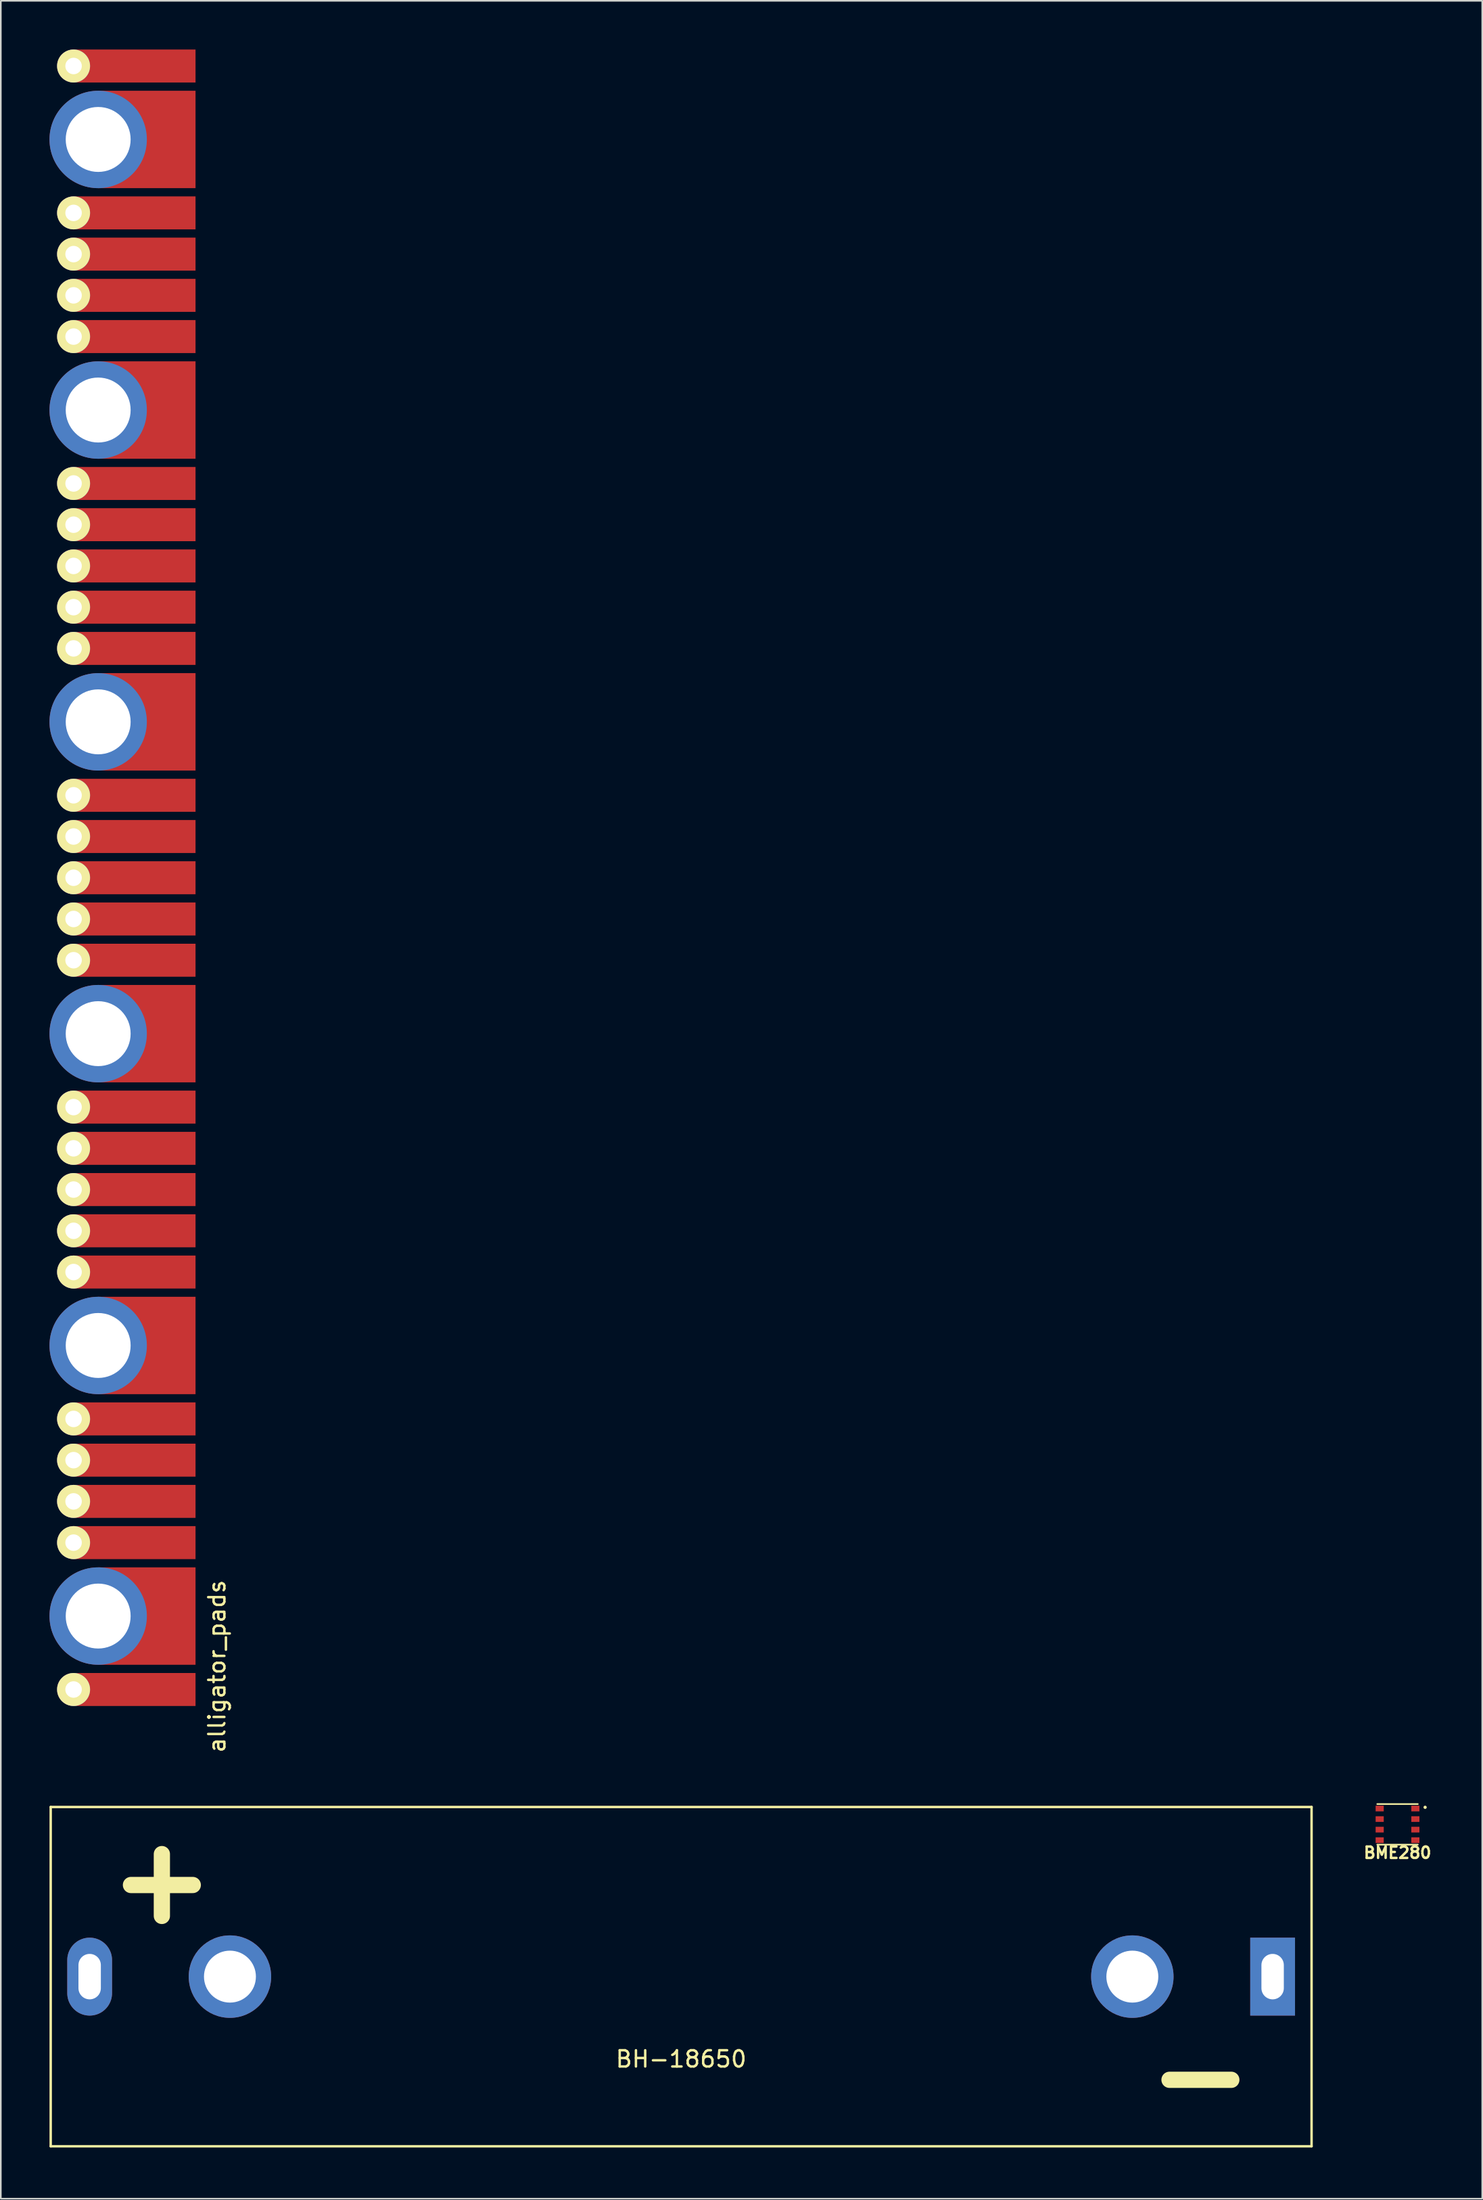
<source format=kicad_pcb>
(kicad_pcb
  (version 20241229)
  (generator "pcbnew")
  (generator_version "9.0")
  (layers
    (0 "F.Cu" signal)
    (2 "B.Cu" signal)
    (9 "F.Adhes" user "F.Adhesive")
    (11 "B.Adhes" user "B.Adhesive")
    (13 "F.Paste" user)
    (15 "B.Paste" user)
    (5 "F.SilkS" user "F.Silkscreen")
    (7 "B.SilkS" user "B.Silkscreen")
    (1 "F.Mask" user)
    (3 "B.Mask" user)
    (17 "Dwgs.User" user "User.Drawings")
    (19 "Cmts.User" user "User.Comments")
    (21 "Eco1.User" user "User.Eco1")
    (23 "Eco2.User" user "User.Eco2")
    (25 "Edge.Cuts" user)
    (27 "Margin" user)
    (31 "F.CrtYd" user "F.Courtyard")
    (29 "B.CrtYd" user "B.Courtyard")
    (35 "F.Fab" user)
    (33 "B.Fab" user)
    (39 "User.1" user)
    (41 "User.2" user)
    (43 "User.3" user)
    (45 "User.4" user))
  (footprint "alligator_pads"
    (layer "F.Cu")
    (at 3 5.54)
    (property "Reference" "alligator_pads" (at 7.322 94.056 90) (layer "F.SilkS") (effects (font (size 1 1) (thickness 0.15))))
    (attr through_hole)
    (pad "1" thru_hole circle (at -1.516 -4.524) (size 2.032 2.032) (drill 1.016) (layers "*.Cu" "*.Mask" "F.SilkS"))
    (pad "1" thru_hole circle (at -1.516 4.524) (size 2.032 2.032) (drill 1.016) (layers "*.Cu" "*.Mask" "F.SilkS"))
    (pad "1" thru_hole circle (at 0 0) (size 6 6) (drill 4) (layers "*.Cu" "*.Mask"))
    (pad "1" smd rect (at 2.242 -4.524) (size 7.516 2.032) (layers "F.Cu" "F.Mask" "F.Paste"))
    (pad "1" smd rect (at 2.242 4.524) (size 7.516 2.032) (layers "F.Cu" "F.Mask" "F.Paste"))
    (pad "1" smd rect (at 3 0) (size 6 6) (layers "F.Cu" "F.Mask" "F.Paste"))
    (pad "2" thru_hole circle (at -1.516 7.064) (size 2.032 2.032) (drill 1.016) (layers "*.Cu" "*.Mask" "F.SilkS"))
    (pad "2" smd rect (at 2.242 7.064) (size 7.516 2.032) (layers "F.Cu" "F.Mask" "F.Paste"))
    (pad "3" thru_hole circle (at -1.516 9.604) (size 2.032 2.032) (drill 1.016) (layers "*.Cu" "*.Mask" "F.SilkS"))
    (pad "3" smd rect (at 2.242 9.604) (size 7.516 2.032) (layers "F.Cu" "F.Mask" "F.Paste"))
    (pad "4" thru_hole circle (at -1.516 12.144) (size 2.032 2.032) (drill 1.016) (layers "*.Cu" "*.Mask" "F.SilkS"))
    (pad "4" thru_hole circle (at -1.516 21.192) (size 2.032 2.032) (drill 1.016) (layers "*.Cu" "*.Mask" "F.SilkS"))
    (pad "4" thru_hole circle (at 0 16.668) (size 6 6) (drill 4) (layers "*.Cu" "*.Mask"))
    (pad "4" smd rect (at 2.242 12.144) (size 7.516 2.032) (layers "F.Cu" "F.Mask" "F.Paste"))
    (pad "4" smd rect (at 2.242 21.192) (size 7.516 2.032) (layers "F.Cu" "F.Mask" "F.Paste"))
    (pad "4" smd rect (at 3 16.668) (size 6 6) (layers "F.Cu" "F.Mask" "F.Paste"))
    (pad "5" thru_hole circle (at -1.516 23.732) (size 2.032 2.032) (drill 1.016) (layers "*.Cu" "*.Mask" "F.SilkS"))
    (pad "5" smd rect (at 2.242 23.732) (size 7.516 2.032) (layers "F.Cu" "F.Mask" "F.Paste"))
    (pad "6" thru_hole circle (at -1.516 26.272) (size 2.032 2.032) (drill 1.016) (layers "*.Cu" "*.Mask" "F.SilkS"))
    (pad "6" smd rect (at 2.242 26.272) (size 7.516 2.032) (layers "F.Cu" "F.Mask" "F.Paste"))
    (pad "7" thru_hole circle (at -1.516 28.812) (size 2.032 2.032) (drill 1.016) (layers "*.Cu" "*.Mask" "F.SilkS"))
    (pad "7" thru_hole circle (at -1.516 31.352) (size 2.032 2.032) (drill 1.016) (layers "*.Cu" "*.Mask" "F.SilkS"))
    (pad "7" smd rect (at 2.242 28.812) (size 7.516 2.032) (layers "F.Cu" "F.Mask" "F.Paste"))
    (pad "8" thru_hole circle (at -1.516 40.4) (size 2.032 2.032) (drill 1.016) (layers "*.Cu" "*.Mask" "F.SilkS"))
    (pad "8" thru_hole circle (at -1.516 59.608) (size 2.032 2.032) (drill 1.016) (layers "*.Cu" "*.Mask" "F.SilkS"))
    (pad "8" thru_hole circle (at 0 35.876) (size 6 6) (drill 4) (layers "*.Cu" "*.Mask"))
    (pad "8" smd rect (at 2.242 31.352) (size 7.516 2.032) (layers "F.Cu" "F.Mask" "F.Paste"))
    (pad "8" smd rect (at 2.242 40.4) (size 7.516 2.032) (layers "F.Cu" "F.Mask" "F.Paste"))
    (pad "8" smd rect (at 3 35.876) (size 6 6) (layers "F.Cu" "F.Mask" "F.Paste"))
    (pad "9" thru_hole circle (at -1.516 42.94) (size 2.032 2.032) (drill 1.016) (layers "*.Cu" "*.Mask" "F.SilkS"))
    (pad "9" thru_hole circle (at -1.516 62.148) (size 2.032 2.032) (drill 1.016) (layers "*.Cu" "*.Mask" "F.SilkS"))
    (pad "9" smd rect (at 2.242 42.94) (size 7.516 2.032) (layers "F.Cu" "F.Mask" "F.Paste"))
    (pad "10" thru_hole circle (at -1.516 45.48) (size 2.032 2.032) (drill 1.016) (layers "*.Cu" "*.Mask" "F.SilkS"))
    (pad "10" thru_hole circle (at -1.516 64.688) (size 2.032 2.032) (drill 1.016) (layers "*.Cu" "*.Mask" "F.SilkS"))
    (pad "10" thru_hole circle (at -1.516 78.816) (size 2.032 2.032) (drill 1.016) (layers "*.Cu" "*.Mask" "F.SilkS"))
    (pad "10" smd rect (at 2.242 45.48) (size 7.516 2.032) (layers "F.Cu" "F.Mask" "F.Paste"))
    (pad "11" thru_hole circle (at -1.516 48.02) (size 2.032 2.032) (drill 1.016) (layers "*.Cu" "*.Mask" "F.SilkS"))
    (pad "11" thru_hole circle (at -1.516 67.228) (size 2.032 2.032) (drill 1.016) (layers "*.Cu" "*.Mask" "F.SilkS"))
    (pad "11" thru_hole circle (at -1.516 81.356) (size 2.032 2.032) (drill 1.016) (layers "*.Cu" "*.Mask" "F.SilkS"))
    (pad "11" smd rect (at 2.242 48.02) (size 7.516 2.032) (layers "F.Cu" "F.Mask" "F.Paste"))
    (pad "12" thru_hole circle (at -1.516 50.56) (size 2.032 2.032) (drill 1.016) (layers "*.Cu" "*.Mask" "F.SilkS"))
    (pad "12" thru_hole circle (at -1.516 69.768) (size 2.032 2.032) (drill 1.016) (layers "*.Cu" "*.Mask" "F.SilkS"))
    (pad "12" thru_hole circle (at -1.516 83.896) (size 2.032 2.032) (drill 1.016) (layers "*.Cu" "*.Mask" "F.SilkS"))
    (pad "12" thru_hole circle (at -1.516 86.436) (size 2.032 2.032) (drill 1.016) (layers "*.Cu" "*.Mask" "F.SilkS"))
    (pad "12" thru_hole circle (at -1.516 95.484) (size 2.032 2.032) (drill 1.016) (layers "*.Cu" "*.Mask" "F.SilkS"))
    (pad "12" smd rect (at 2.242 50.56) (size 7.516 2.032) (layers "F.Cu" "F.Mask" "F.Paste"))
    (pad "13" thru_hole circle (at 0 55.084) (size 6 6) (drill 4) (layers "*.Cu" "*.Mask"))
    (pad "13" smd rect (at 3 55.084) (size 6 6) (layers "F.Cu" "F.Mask" "F.Paste"))
    (pad "14" smd rect (at 2.242 59.608) (size 7.516 2.032) (layers "F.Cu" "F.Mask" "F.Paste"))
    (pad "15" smd rect (at 2.242 62.148) (size 7.516 2.032) (layers "F.Cu" "F.Mask" "F.Paste"))
    (pad "16" smd rect (at 2.242 64.688) (size 7.516 2.032) (layers "F.Cu" "F.Mask" "F.Paste"))
    (pad "17" smd rect (at 2.242 67.228) (size 7.516 2.032) (layers "F.Cu" "F.Mask" "F.Paste"))
    (pad "18" smd rect (at 2.242 69.768) (size 7.516 2.032) (layers "F.Cu" "F.Mask" "F.Paste"))
    (pad "19" thru_hole circle (at 0 74.292) (size 6 6) (drill 4) (layers "*.Cu" "*.Mask"))
    (pad "19" smd rect (at 3 74.292) (size 6 6) (layers "F.Cu" "F.Mask" "F.Paste"))
    (pad "20" smd rect (at 2.242 78.816) (size 7.516 2.032) (layers "F.Cu" "F.Mask" "F.Paste"))
    (pad "21" smd rect (at 2.242 81.356) (size 7.516 2.032) (layers "F.Cu" "F.Mask" "F.Paste"))
    (pad "22" smd rect (at 2.242 83.896) (size 7.516 2.032) (layers "F.Cu" "F.Mask" "F.Paste"))
    (pad "23" smd rect (at 2.242 86.436) (size 7.516 2.032) (layers "F.Cu" "F.Mask" "F.Paste"))
    (pad "24" thru_hole circle (at 0 90.96) (size 6 6) (drill 4) (layers "*.Cu" "*.Mask"))
    (pad "24" smd rect (at 3 90.96) (size 6 6) (layers "F.Cu" "F.Mask" "F.Paste"))
    (pad "25" smd rect (at 2.242 95.484) (size 7.516 2.032) (layers "F.Cu" "F.Mask" "F.Paste")))
  (footprint "BH-18650"
    (layer "F.Cu")
    (at 38.925 118.711)
    (property "Reference" "BH-18650" (at 0 5.08 0) (layer "F.SilkS") (effects (font (size 1 1) (thickness 0.15))))
    (attr through_hole)
    (fp_line (start -38.85 -10.45) (end -38.85 10.45) (stroke (width 0.15) (type solid)) (layer "F.SilkS"))
    (fp_line (start -38.85 -10.45) (end 38.85 -10.45) (stroke (width 0.15) (type solid)) (layer "F.SilkS"))
    (fp_line (start 38.85 -10.45) (end 38.85 10.45) (stroke (width 0.15) (type solid)) (layer "F.SilkS"))
    (fp_line (start 38.85 10.45) (end -38.85 10.45) (stroke (width 0.15) (type solid)) (layer "F.SilkS"))
    (fp_text user "-" (at 32 6 0) (layer "F.SilkS") (effects (font (size 5 5) (thickness 1))))
    (fp_text user "+" (at -32 -6 0) (layer "F.SilkS") (effects (font (size 5 5) (thickness 1))))
    (pad "" thru_hole circle (at -27.805 0) (size 5.08 5.08) (drill 3.2) (layers "*.Cu" "*.Mask"))
    (pad "" thru_hole circle (at 27.805 0) (size 5.08 5.08) (drill 3.2) (layers "*.Cu" "*.Mask"))
    (pad "1" thru_hole rect (at 36.45 0) (size 2.76 4.8) (drill oval 1.38 2.8) (layers "*.Cu" "*.Mask"))
    (pad "2" thru_hole oval (at -36.45 0) (size 2.76 4.8) (drill oval 1.38 2.8) (layers "*.Cu" "*.Mask")))
  (footprint "BME280"
    (layer "F.Cu")
    (at 83.072 109.331)
    (property "Reference" "BME280" (at 0 1.75 0) (layer "F.SilkS") (effects (font (size 0.7 0.7) (thickness 0.15))))
    (attr through_hole)
    (fp_line (start -1.25 -1.25) (end 1.25 -1.25) (stroke (width 0.1) (type solid)) (layer "F.SilkS"))
    (fp_line (start -1.25 1.25) (end 1.25 1.25) (stroke (width 0.1) (type solid)) (layer "F.SilkS"))
    (fp_circle (center 1.7 -1.05) (end 1.7 -1) (stroke (width 0.1) (type solid)) (fill no) (layer "F.SilkS"))
    (pad "1" smd rect (at 1.1 -0.975) (size 0.5 0.35) (layers "F.Cu" "F.Mask" "F.Paste"))
    (pad "2" smd rect (at 1.1 -0.325) (size 0.5 0.35) (layers "F.Cu" "F.Mask" "F.Paste"))
    (pad "3" smd rect (at 1.1 0.325) (size 0.5 0.35) (layers "F.Cu" "F.Mask" "F.Paste"))
    (pad "4" smd rect (at 1.1 0.975) (size 0.5 0.35) (layers "F.Cu" "F.Mask" "F.Paste"))
    (pad "5" smd rect (at -1.1 0.975) (size 0.5 0.35) (layers "F.Cu" "F.Mask" "F.Paste"))
    (pad "6" smd rect (at -1.1 0.325) (size 0.5 0.35) (layers "F.Cu" "F.Mask" "F.Paste"))
    (pad "7" smd rect (at -1.1 -0.325) (size 0.5 0.35) (layers "F.Cu" "F.Mask" "F.Paste"))
    (pad "8" smd rect (at -1.1 -0.975) (size 0.5 0.35) (layers "F.Cu" "F.Mask" "F.Paste")))
  (gr_rect
    (start -3 -3)
    (end 88.293 132.391)
    (stroke (width 0.1) (type default))
    (fill no)
    (layer "Edge.Cuts")))
</source>
